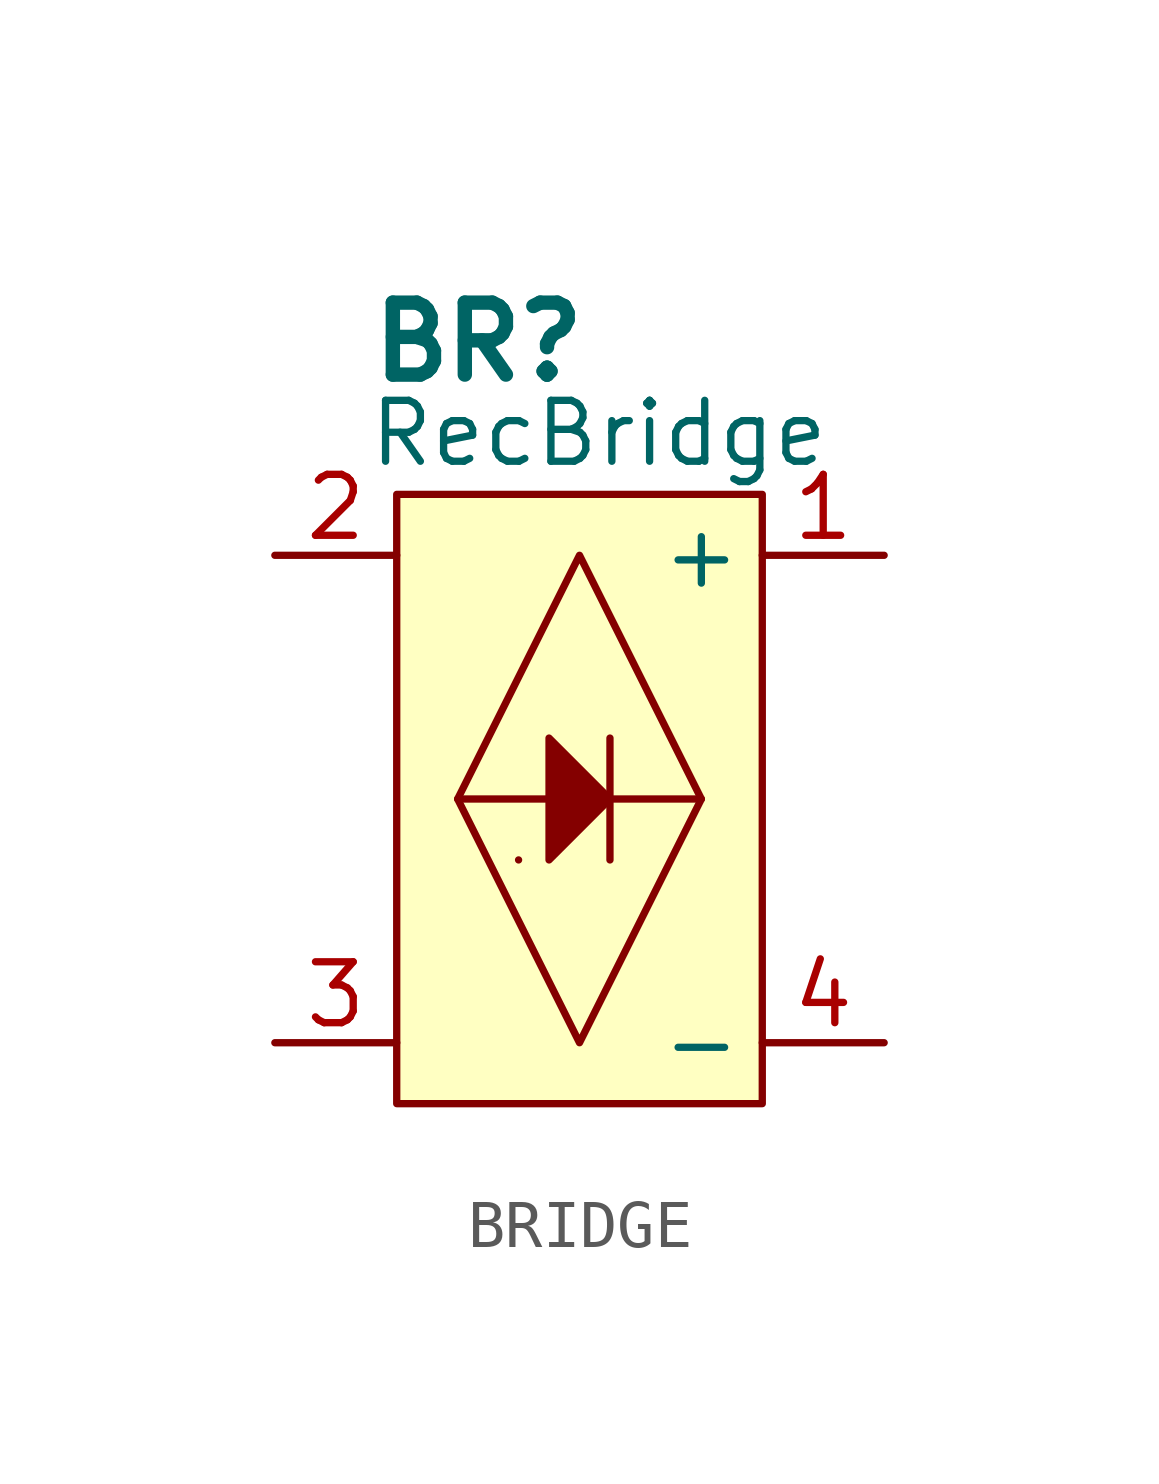
<source format=kicad_sym>
(kicad_symbol_lib
  (version 20231120)
  (generator "kicad_symbol_editor")
  (generator_version "8.0")
  (symbol "BRIDGE"
    (pin_names hide)
    (property "Reference" "BR"
      (at 1.905 -3.175 0)
      (effects (font (size 1.5 1.5) (bold yes)) (justify left)))
    (property "Value" "RecBridge"
      (at 1.905 -5.08 0)
      (effects (font (size 1.27 1.27)) (justify left)))
    (symbol "BRIDGE_0_1"
      (polyline (pts (xy 3.81 -12.7) (xy 5.715 -12.7)) (stroke (width 0) (type default)) (fill (type none)))
      (polyline (pts (xy 5.08 -13.97) (xy 5.08 -13.97)) (stroke (width 0) (type default)) (fill (type none)))
      (polyline (pts (xy 6.985 -12.7) (xy 8.89 -12.7)) (stroke (width 0) (type default)) (fill (type none)))
      (polyline (pts (xy 6.985 -11.43) (xy 6.985 -13.97)) (stroke (width 0) (type default)) (fill (type none)))
      (polyline (pts (xy 6.35 -7.62) (xy 3.81 -12.7) (xy 6.35 -17.78) (xy 8.89 -12.7) (xy 6.35 -7.62)) (stroke (width 0) (type default)) (fill (type none))))
    (symbol "BRIDGE_1_1"
      (polyline (pts (xy 5.715 -11.43) (xy 5.715 -13.97) (xy 6.985 -12.7) (xy 5.715 -11.43)) (stroke (width 0) (type default)) (fill (type outline)))
      (rectangle (start 2.54 -6.35) (end 10.16 -19.05) (stroke (width 0) (type default)) (fill (type background)))
      (text "+" (at 8.89 -7.62 0) (effects (font (size 1.27 1.27) (color 0 100 100 1))))
      (text "-" (at 8.89 -17.78 0) (effects (font (size 1.27 1.27) (color 0 100 100 1))))
      (text "~" (at 3.81 -17.78 0) (effects (font (size 1.27 1.27) (color 0 100 100 1))))
      (text "~" (at 3.81 -7.62 0) (effects (font (size 1.27 1.27) (color 0 100 100 1))))
      (pin power_out line (at 12.7 -7.62 180) (length 2.54) (name "DC+" (effects (font (size 1.27 1.27)))) (number "1" (effects (font (size 1.27 1.27)))))
      (pin power_in line (at 0 -7.62 0) (length 2.54) (name "AC1" (effects (font (size 1.27 1.27)))) (number "2" (effects (font (size 1.27 1.27)))))
      (pin power_in line (at 0 -17.78 0) (length 2.54) (name "AC2" (effects (font (size 1.27 1.27)))) (number "3" (effects (font (size 1.27 1.27)))))
      (pin power_out line (at 12.7 -17.78 180) (length 2.54) (name "DC-" (effects (font (size 1.27 1.27)))) (number "4" (effects (font (size 1.27 1.27))))))))
</source>
